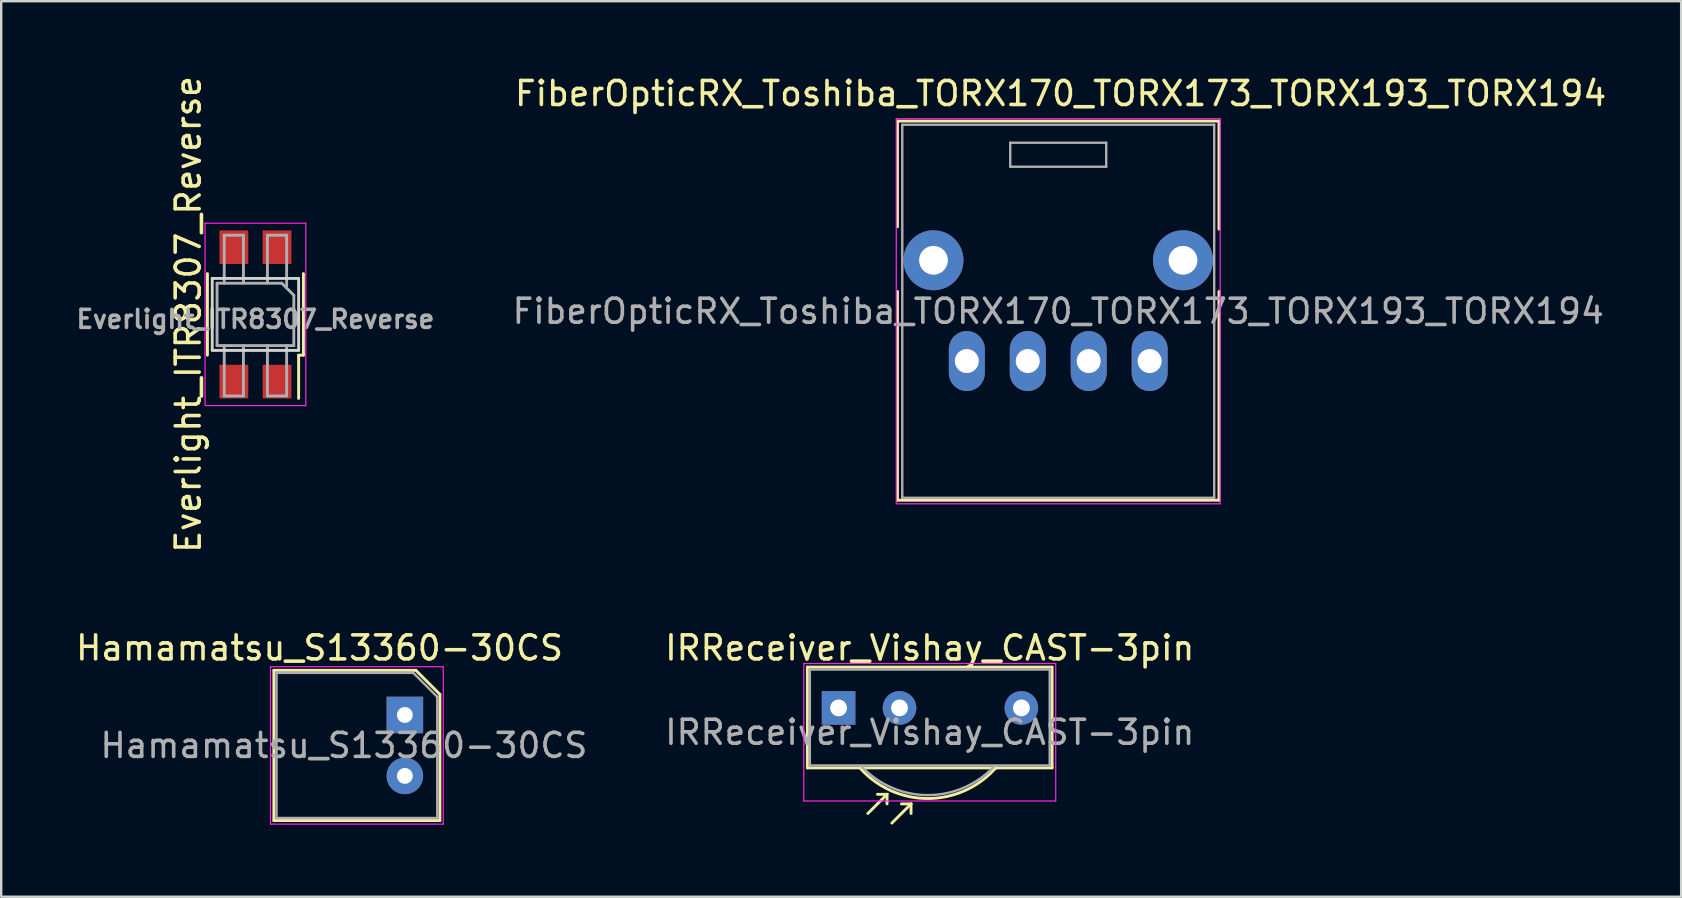
<source format=kicad_pcb>
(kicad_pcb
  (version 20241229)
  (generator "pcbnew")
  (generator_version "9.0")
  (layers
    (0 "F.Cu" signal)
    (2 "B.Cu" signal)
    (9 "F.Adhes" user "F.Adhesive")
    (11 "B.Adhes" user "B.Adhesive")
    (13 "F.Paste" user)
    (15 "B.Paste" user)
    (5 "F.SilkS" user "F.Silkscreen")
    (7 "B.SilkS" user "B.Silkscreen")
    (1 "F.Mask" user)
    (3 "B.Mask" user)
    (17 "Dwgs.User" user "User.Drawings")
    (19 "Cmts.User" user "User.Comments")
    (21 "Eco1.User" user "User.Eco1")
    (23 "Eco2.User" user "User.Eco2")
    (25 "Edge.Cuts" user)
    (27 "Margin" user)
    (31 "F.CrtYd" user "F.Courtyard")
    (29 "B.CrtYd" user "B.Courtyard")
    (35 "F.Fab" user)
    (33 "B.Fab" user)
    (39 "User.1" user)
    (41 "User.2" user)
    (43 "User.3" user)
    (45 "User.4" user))
  (footprint "IRReceiver_Vishay_CAST-3pin"
    (layer "F.Cu")
    (at 31.901 26.455)
    (property "Reference" "IRReceiver_Vishay_CAST-3pin" (at 3.8 -2.5 0) (layer "F.SilkS") (effects (font (size 1 1) (thickness 0.15))))
    (attr through_hole)
    (fp_line (start -1.3 -1.7) (end -1.3 2.5) (stroke (width 0.12) (type solid)) (layer "F.SilkS"))
    (fp_line (start -1.3 2.5) (end 0.9 2.5) (stroke (width 0.12) (type solid)) (layer "F.SilkS"))
    (fp_line (start 0.9 2.5) (end 6.6 2.5) (stroke (width 0.12) (type solid)) (layer "F.SilkS"))
    (fp_line (start 2.02 3.6) (end 1.22 4.4) (stroke (width 0.12) (type solid)) (layer "F.SilkS"))
    (fp_line (start 2.02 3.6) (end 1.62 3.6) (stroke (width 0.12) (type solid)) (layer "F.SilkS"))
    (fp_line (start 2.02 3.6) (end 2.02 4) (stroke (width 0.12) (type solid)) (layer "F.SilkS"))
    (fp_line (start 3.02 4) (end 2.22 4.8) (stroke (width 0.12) (type solid)) (layer "F.SilkS"))
    (fp_line (start 3.02 4) (end 2.62 4) (stroke (width 0.12) (type solid)) (layer "F.SilkS"))
    (fp_line (start 3.02 4) (end 3.02 4.4) (stroke (width 0.12) (type solid)) (layer "F.SilkS"))
    (fp_line (start 6.5 2.5) (end 8.9 2.5) (stroke (width 0.12) (type solid)) (layer "F.SilkS"))
    (fp_line (start 8.9 -1.7) (end -1.3 -1.7) (stroke (width 0.12) (type solid)) (layer "F.SilkS"))
    (fp_line (start 8.9 2.5) (end 8.9 -1.7) (stroke (width 0.12) (type solid)) (layer "F.SilkS"))
    (fp_arc (start 6.55 2.5) (mid 3.722825 3.776095) (end 0.893744 2.504232) (stroke (width 0.12) (type solid)) (layer "F.SilkS"))
    (fp_line (start -1.45 -1.85) (end -1.45 3.88) (stroke (width 0.05) (type solid)) (layer "F.CrtYd"))
    (fp_line (start -1.45 -1.85) (end 9.05 -1.85) (stroke (width 0.05) (type solid)) (layer "F.CrtYd"))
    (fp_line (start 9.05 3.88) (end -1.45 3.88) (stroke (width 0.05) (type solid)) (layer "F.CrtYd"))
    (fp_line (start 9.05 3.88) (end 9.05 -1.85) (stroke (width 0.05) (type solid)) (layer "F.CrtYd"))
    (fp_line (start -1.2 -1.6) (end 8.8 -1.6) (stroke (width 0.1) (type solid)) (layer "F.Fab"))
    (fp_line (start -1.2 2.4) (end -1.2 -1.6) (stroke (width 0.1) (type solid)) (layer "F.Fab"))
    (fp_line (start 8.8 -1.6) (end 8.8 2.4) (stroke (width 0.1) (type solid)) (layer "F.Fab"))
    (fp_line (start 8.8 2.4) (end -1.2 2.4) (stroke (width 0.1) (type solid)) (layer "F.Fab"))
    (fp_arc (start 6.47 2.45) (mid 3.710489 3.634496) (end 0.956966 2.436144) (stroke (width 0.1) (type solid)) (layer "F.Fab"))
    (fp_text user "${REFERENCE}" (at 3.8 1.017 0) (layer "F.Fab") (effects (font (size 1 1) (thickness 0.15))))
    (pad "1" thru_hole rect (at 0 0) (size 1.4 1.4) (drill 0.7) (layers "*.Cu" "*.Mask"))
    (pad "2" thru_hole circle (at 2.54 0) (size 1.4 1.4) (drill 0.7) (layers "*.Cu" "*.Mask"))
    (pad "3" thru_hole circle (at 7.62 0) (size 1.4 1.4) (drill 0.7) (layers "*.Cu" "*.Mask")))
  (footprint "Everlight_ITR8307_Reverse"
    (layer "F.Cu")
    (at 7.596 10.054)
    (property "Reference" "Everlight_ITR8307_Reverse" (at -2.8 0 90) (layer "F.SilkS") (effects (font (size 1 1) (thickness 0.15))))
    (attr smd)
    (fp_line (start -2 1.7) (end -2 -1.7) (stroke (width 0.12) (type solid)) (layer "F.SilkS"))
    (fp_line (start 1.8 3.5) (end 1.8 1.7) (stroke (width 0.12) (type solid)) (layer "F.SilkS"))
    (fp_line (start 2 1.7) (end 1.8 1.7) (stroke (width 0.12) (type solid)) (layer "F.SilkS"))
    (fp_line (start 2 1.7) (end 2 -1.7) (stroke (width 0.12) (type solid)) (layer "F.SilkS"))
    (fp_line (start -1.8 -1.5) (end 1.8 -1.5) (stroke (width 0.12) (type solid)) (layer "Edge.Cuts"))
    (fp_line (start -1.8 1.5) (end -1.8 -1.5) (stroke (width 0.12) (type solid)) (layer "Edge.Cuts"))
    (fp_line (start 1.8 -1.5) (end 1.8 1.5) (stroke (width 0.12) (type solid)) (layer "Edge.Cuts"))
    (fp_line (start 1.8 1.5) (end -1.8 1.5) (stroke (width 0.12) (type solid)) (layer "Edge.Cuts"))
    (fp_line (start -2.1 -3.8) (end -2.1 3.75) (stroke (width 0.05) (type solid)) (layer "F.CrtYd"))
    (fp_line (start -2.1 -3.8) (end 2.1 -3.8) (stroke (width 0.05) (type solid)) (layer "F.CrtYd"))
    (fp_line (start 2.1 3.8) (end -2.1 3.8) (stroke (width 0.05) (type solid)) (layer "F.CrtYd"))
    (fp_line (start 2.1 3.8) (end 2.1 -3.8) (stroke (width 0.05) (type solid)) (layer "F.CrtYd"))
    (fp_line (start -1.6 -1.3) (end -1.6 1.3) (stroke (width 0.12) (type solid)) (layer "F.Fab"))
    (fp_line (start -1.6 1.3) (end 1.6 1.3) (stroke (width 0.12) (type solid)) (layer "F.Fab"))
    (fp_line (start -1.3 -3.3) (end -1.3 -1.3) (stroke (width 0.12) (type solid)) (layer "F.Fab"))
    (fp_line (start -1.3 3.4) (end -1.3 1.3) (stroke (width 0.12) (type solid)) (layer "F.Fab"))
    (fp_line (start -0.5 -3.3) (end -1.3 -3.3) (stroke (width 0.12) (type solid)) (layer "F.Fab"))
    (fp_line (start -0.5 -1.3) (end -0.5 -3.3) (stroke (width 0.12) (type solid)) (layer "F.Fab"))
    (fp_line (start -0.5 1.3) (end -0.5 3.4) (stroke (width 0.12) (type solid)) (layer "F.Fab"))
    (fp_line (start -0.5 3.4) (end -1.3 3.4) (stroke (width 0.12) (type solid)) (layer "F.Fab"))
    (fp_line (start 0.5 -3.3) (end 0.5 -1.3) (stroke (width 0.12) (type solid)) (layer "F.Fab"))
    (fp_line (start 0.5 1.3) (end 0.5 3.4) (stroke (width 0.12) (type solid)) (layer "F.Fab"))
    (fp_line (start 0.5 3.4) (end 1.3 3.4) (stroke (width 0.12) (type solid)) (layer "F.Fab"))
    (fp_line (start 1.1 -1.3) (end -1.6 -1.3) (stroke (width 0.12) (type solid)) (layer "F.Fab"))
    (fp_line (start 1.3 -3.3) (end 0.5 -3.3) (stroke (width 0.12) (type solid)) (layer "F.Fab"))
    (fp_line (start 1.3 -3.3) (end 1.3 -1.1) (stroke (width 0.12) (type solid)) (layer "F.Fab"))
    (fp_line (start 1.3 3.4) (end 1.3 1.3) (stroke (width 0.12) (type solid)) (layer "F.Fab"))
    (fp_line (start 1.6 -0.8) (end 1.1 -1.3) (stroke (width 0.12) (type solid)) (layer "F.Fab"))
    (fp_line (start 1.6 1.3) (end 1.6 -0.8) (stroke (width 0.12) (type solid)) (layer "F.Fab"))
    (fp_text user "${REFERENCE}" (at 0 0.2 0) (layer "F.Fab") (effects (font (size 0.75 0.75) (thickness 0.15))))
    (pad "1" smd rect (at 0.9 2.8) (size 1.2 1.4) (layers "F.Cu" "F.Mask" "F.Paste"))
    (pad "2" smd rect (at 0.9 -2.8) (size 1.2 1.4) (layers "F.Cu" "F.Mask" "F.Paste"))
    (pad "3" smd rect (at -0.9 2.8) (size 1.2 1.4) (layers "F.Cu" "F.Mask" "F.Paste"))
    (pad "4" smd rect (at -0.9 -2.8) (size 1.2 1.4) (layers "F.Cu" "F.Mask" "F.Paste")))
  (footprint "Hamamatsu_S13360-30CS"
    (layer "F.Cu")
    (at 13.824 26.749)
    (property "Reference" "Hamamatsu_S13360-30CS" (at -3.556 -2.794 0) (layer "F.SilkS") (effects (font (size 1 1) (thickness 0.15))))
    (attr through_hole)
    (fp_line (start -5.46 -1.86) (end 0.46 -1.86) (stroke (width 0.12) (type solid)) (layer "F.SilkS"))
    (fp_line (start -5.46 4.4) (end -5.46 -1.86) (stroke (width 0.12) (type solid)) (layer "F.SilkS"))
    (fp_line (start 0.46 -1.86) (end 1.46 -0.86) (stroke (width 0.12) (type solid)) (layer "F.SilkS"))
    (fp_line (start 1.46 -0.86) (end 1.46 4.4) (stroke (width 0.12) (type solid)) (layer "F.SilkS"))
    (fp_line (start 1.46 4.4) (end -5.46 4.4) (stroke (width 0.12) (type solid)) (layer "F.SilkS"))
    (fp_line (start -5.6 -2.01) (end -5.6 4.55) (stroke (width 0.05) (type solid)) (layer "F.CrtYd"))
    (fp_line (start -5.6 -2.01) (end 1.6 -2.01) (stroke (width 0.05) (type solid)) (layer "F.CrtYd"))
    (fp_line (start 1.6 4.55) (end -5.6 4.55) (stroke (width 0.05) (type solid)) (layer "F.CrtYd"))
    (fp_line (start 1.6 4.55) (end 1.6 -2.01) (stroke (width 0.05) (type solid)) (layer "F.CrtYd"))
    (fp_line (start -5.35 -1.755) (end 0.35 -1.755) (stroke (width 0.1) (type solid)) (layer "F.Fab"))
    (fp_line (start -5.35 4.295) (end -5.35 -1.755) (stroke (width 0.1) (type solid)) (layer "F.Fab"))
    (fp_line (start 0.35 -1.755) (end 1.35 -0.755) (stroke (width 0.1) (type solid)) (layer "F.Fab"))
    (fp_line (start 1.35 -0.755) (end 1.35 4.295) (stroke (width 0.1) (type solid)) (layer "F.Fab"))
    (fp_line (start 1.35 4.295) (end -5.35 4.295) (stroke (width 0.1) (type solid)) (layer "F.Fab"))
    (fp_text user "${REFERENCE}" (at -2.54 1.27 0) (layer "F.Fab") (effects (font (size 1 1) (thickness 0.15))))
    (pad "1" thru_hole rect (at 0 0) (size 1.524 1.524) (drill 0.66) (layers "*.Cu" "*.Mask"))
    (pad "2" thru_hole circle (at 0 2.54) (size 1.524 1.524) (drill 0.66) (layers "*.Cu" "*.Mask")))
  (footprint "FiberOpticRX_Toshiba_TORX170_TORX173_TORX193_TORX194"
    (layer "F.Cu")
    (at 37.246 11.998)
    (property "Reference" "FiberOpticRX_Toshiba_TORX170_TORX173_TORX193_TORX194" (at 3.91 -11.15 0) (layer "F.SilkS") (effects (font (size 1 1) (thickness 0.15))))
    (attr through_hole)
    (fp_line (start -2.89 -10) (end -2.89 -5.6) (stroke (width 0.12) (type solid)) (layer "F.SilkS"))
    (fp_line (start -2.89 5.8) (end -2.89 -2.9) (stroke (width 0.12) (type solid)) (layer "F.SilkS"))
    (fp_line (start -2.89 5.8) (end 10.51 5.8) (stroke (width 0.12) (type solid)) (layer "F.SilkS"))
    (fp_line (start 10.51 -10) (end -2.89 -10) (stroke (width 0.12) (type solid)) (layer "F.SilkS"))
    (fp_line (start 10.51 -10) (end 10.51 -5.5) (stroke (width 0.12) (type solid)) (layer "F.SilkS"))
    (fp_line (start 10.51 5.8) (end 10.51 -2.9) (stroke (width 0.12) (type solid)) (layer "F.SilkS"))
    (fp_line (start -2.94 -10.1) (end -2.94 5.95) (stroke (width 0.05) (type solid)) (layer "F.CrtYd"))
    (fp_line (start -2.94 -10.1) (end 10.56 -10.1) (stroke (width 0.05) (type solid)) (layer "F.CrtYd"))
    (fp_line (start 10.56 5.95) (end -2.94 5.95) (stroke (width 0.05) (type solid)) (layer "F.CrtYd"))
    (fp_line (start 10.56 5.95) (end 10.56 -10.1) (stroke (width 0.05) (type solid)) (layer "F.CrtYd"))
    (fp_line (start -2.69 -9.85) (end 10.31 -9.85) (stroke (width 0.1) (type solid)) (layer "F.Fab"))
    (fp_line (start -2.69 5.65) (end -2.69 -9.85) (stroke (width 0.1) (type solid)) (layer "F.Fab"))
    (fp_line (start -2.69 5.65) (end -2.69 5.7) (stroke (width 0.1) (type solid)) (layer "F.Fab"))
    (fp_line (start -2.69 5.7) (end 10.26 5.7) (stroke (width 0.1) (type solid)) (layer "F.Fab"))
    (fp_line (start 1.81 -9.1) (end 5.81 -9.1) (stroke (width 0.1) (type solid)) (layer "F.Fab"))
    (fp_line (start 1.81 -8.1) (end 1.81 -9.1) (stroke (width 0.1) (type solid)) (layer "F.Fab"))
    (fp_line (start 5.81 -9.1) (end 5.81 -8.1) (stroke (width 0.1) (type solid)) (layer "F.Fab"))
    (fp_line (start 5.81 -8.1) (end 1.81 -8.1) (stroke (width 0.1) (type solid)) (layer "F.Fab"))
    (fp_line (start 10.26 5.7) (end 10.31 5.7) (stroke (width 0.1) (type solid)) (layer "F.Fab"))
    (fp_line (start 10.31 5.7) (end 10.31 -9.85) (stroke (width 0.1) (type solid)) (layer "F.Fab"))
    (fp_text user "${REFERENCE}" (at 3.81 -2.075 0) (layer "F.Fab") (effects (font (size 1 1) (thickness 0.15))))
    (pad "1" thru_hole oval (at 0 0) (size 1.5 2.5) (drill 1) (layers "*.Cu" "*.Mask"))
    (pad "2" thru_hole oval (at 2.54 0) (size 1.5 2.5) (drill 1) (layers "*.Cu" "*.Mask"))
    (pad "3" thru_hole oval (at 5.08 0) (size 1.5 2.5) (drill 1) (layers "*.Cu" "*.Mask"))
    (pad "4" thru_hole oval (at 7.62 0) (size 1.5 2.5) (drill 1) (layers "*.Cu" "*.Mask"))
    (pad "5" thru_hole circle (at 9.01 -4.2) (size 2.5 2.5) (drill 1.2) (layers "*.Cu" "*.Mask"))
    (pad "6" thru_hole circle (at -1.39 -4.2) (size 2.5 2.5) (drill 1.2) (layers "*.Cu" "*.Mask")))
  (gr_rect
    (start -3 -3)
    (end 67.019 34.324)
    (stroke (width 0.1) (type default))
    (fill no)
    (layer "Edge.Cuts")))
</source>
